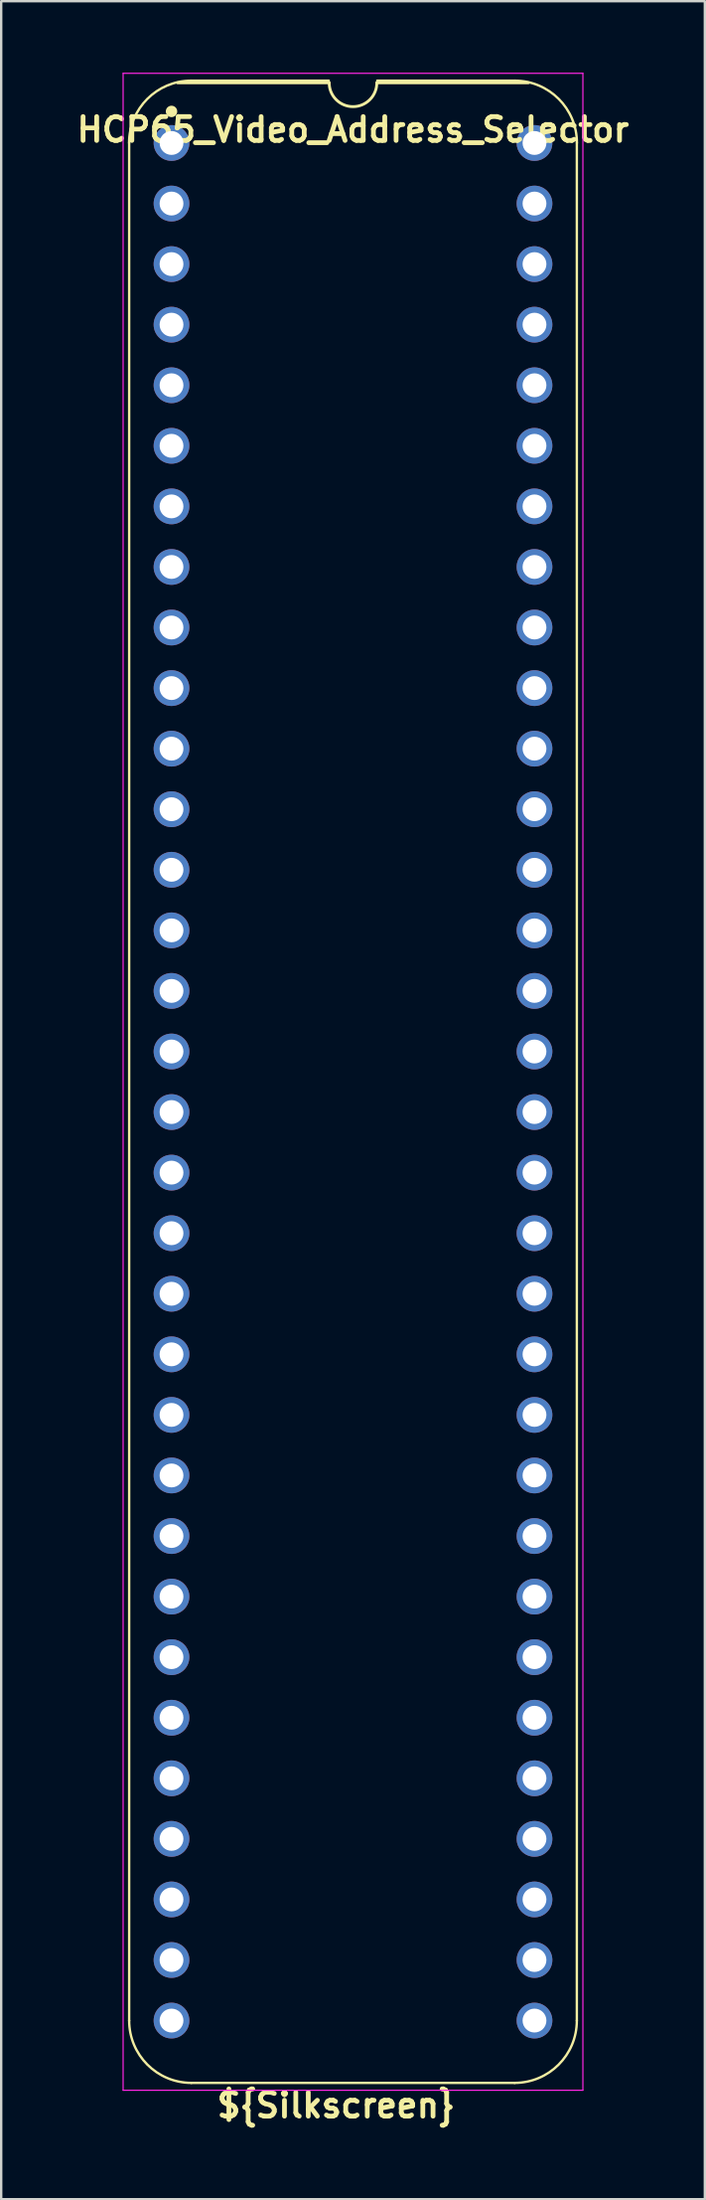
<source format=kicad_pcb>
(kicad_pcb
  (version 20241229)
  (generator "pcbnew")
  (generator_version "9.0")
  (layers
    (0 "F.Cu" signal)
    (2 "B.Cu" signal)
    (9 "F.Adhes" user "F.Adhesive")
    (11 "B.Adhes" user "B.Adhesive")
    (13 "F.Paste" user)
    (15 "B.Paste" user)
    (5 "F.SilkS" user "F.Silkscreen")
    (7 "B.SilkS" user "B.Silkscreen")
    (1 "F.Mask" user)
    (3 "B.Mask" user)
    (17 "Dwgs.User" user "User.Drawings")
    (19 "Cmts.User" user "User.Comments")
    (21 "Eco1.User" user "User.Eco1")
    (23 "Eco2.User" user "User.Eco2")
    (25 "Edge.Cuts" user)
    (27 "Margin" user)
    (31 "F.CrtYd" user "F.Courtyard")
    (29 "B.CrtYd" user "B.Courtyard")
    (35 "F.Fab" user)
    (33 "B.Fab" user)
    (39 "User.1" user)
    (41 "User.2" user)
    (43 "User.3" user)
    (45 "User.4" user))
  (footprint "HCP65_Video_Address_Selector"
    (layer "F.Cu")
    (at 4.151 2.946)
    (property "Reference" "HCP65_Video_Address_Selector" (at 7.62 -0.559 0) (layer "F.SilkS") (effects (font (size 1 1) (thickness 0.2))))
    (property "Silkscreen" "${Silkscreen}" (at 6.909 82.296 0) (layer "F.SilkS") (effects (font (size 1 1) (thickness 0.2))))
    (attr through_hole)
    (fp_line (start -1.778 78.74) (end -1.778 0) (stroke (width 0.1) (type solid)) (layer "F.SilkS"))
    (fp_line (start 0.832 -2.614) (end 6.604 -2.614) (stroke (width 0.1) (type solid)) (layer "F.SilkS"))
    (fp_line (start 6.62 -2.524) (end 0.254 -2.524) (stroke (width 0.12) (type solid)) (layer "F.SilkS"))
    (fp_line (start 8.636 -2.614) (end 14.408 -2.614) (stroke (width 0.1) (type solid)) (layer "F.SilkS"))
    (fp_line (start 14.404 81.354) (end 0.836 81.354) (stroke (width 0.1) (type solid)) (layer "F.SilkS"))
    (fp_line (start 14.986 -2.524) (end 8.62 -2.524) (stroke (width 0.12) (type solid)) (layer "F.SilkS"))
    (fp_line (start 17.018 78.74) (end 17.018 0) (stroke (width 0.1) (type solid)) (layer "F.SilkS"))
    (fp_arc (start -1.781544 0) (mid -1.016 -1.848188) (end 0.832188 -2.613732) (stroke (width 0.1) (type solid)) (layer "F.SilkS"))
    (fp_arc (start 0.835733 81.353733) (mid -1.012456 80.588189) (end -1.778 78.74) (stroke (width 0.1) (type solid)) (layer "F.SilkS"))
    (fp_arc (start 8.62 -2.524) (mid 7.62 -1.524) (end 6.62 -2.524) (stroke (width 0.12) (type solid)) (layer "F.SilkS"))
    (fp_arc (start 14.407812 -2.613732) (mid 16.256 -1.848188) (end 17.021544 0) (stroke (width 0.1) (type solid)) (layer "F.SilkS"))
    (fp_arc (start 17.018001 78.740001) (mid 16.252456 80.588188) (end 14.404269 81.353733) (stroke (width 0.1) (type solid)) (layer "F.SilkS"))
    (fp_circle (center 0 -1.323) (end 0.18 -1.323) (stroke (width 0.12) (type solid)) (fill yes) (layer "F.SilkS"))
    (fp_line (start -2.032 -2.921) (end -2.032 81.661) (stroke (width 0.05) (type solid)) (layer "F.CrtYd"))
    (fp_line (start -2.032 -2.921) (end 17.272 -2.921) (stroke (width 0.05) (type solid)) (layer "F.CrtYd"))
    (fp_line (start -2.032 81.661) (end 17.272 81.661) (stroke (width 0.05) (type solid)) (layer "F.CrtYd"))
    (fp_line (start 17.272 -2.921) (end 17.272 81.661) (stroke (width 0.05) (type solid)) (layer "F.CrtYd"))
    (pad "1" thru_hole circle (at 0 0) (size 1.5 1.5) (drill 1) (layers "*.Cu" "*.Mask"))
    (pad "2" thru_hole circle (at 0 2.54) (size 1.5 1.5) (drill 1) (layers "*.Cu" "*.Mask"))
    (pad "3" thru_hole circle (at 0 5.08) (size 1.5 1.5) (drill 1) (layers "*.Cu" "*.Mask"))
    (pad "4" thru_hole circle (at 0 7.62) (size 1.5 1.5) (drill 1) (layers "*.Cu" "*.Mask"))
    (pad "5" thru_hole circle (at 0 10.16) (size 1.5 1.5) (drill 1) (layers "*.Cu" "*.Mask"))
    (pad "6" thru_hole circle (at 0 12.7) (size 1.5 1.5) (drill 1) (layers "*.Cu" "*.Mask"))
    (pad "7" thru_hole circle (at 0 15.24) (size 1.5 1.5) (drill 1) (layers "*.Cu" "*.Mask"))
    (pad "8" thru_hole circle (at 0 17.78) (size 1.5 1.5) (drill 1) (layers "*.Cu" "*.Mask"))
    (pad "9" thru_hole circle (at 0 20.32) (size 1.5 1.5) (drill 1) (layers "*.Cu" "*.Mask"))
    (pad "10" thru_hole circle (at 0 22.86) (size 1.5 1.5) (drill 1) (layers "*.Cu" "*.Mask"))
    (pad "11" thru_hole circle (at 0 25.4) (size 1.5 1.5) (drill 1) (layers "*.Cu" "*.Mask"))
    (pad "12" thru_hole circle (at 0 27.94) (size 1.5 1.5) (drill 1) (layers "*.Cu" "*.Mask"))
    (pad "13" thru_hole circle (at 0 30.48) (size 1.5 1.5) (drill 1) (layers "*.Cu" "*.Mask"))
    (pad "14" thru_hole circle (at 0 33.02) (size 1.5 1.5) (drill 1) (layers "*.Cu" "*.Mask"))
    (pad "15" thru_hole circle (at 0 35.56) (size 1.5 1.5) (drill 1) (layers "*.Cu" "*.Mask"))
    (pad "16" thru_hole circle (at 0 38.1) (size 1.5 1.5) (drill 1) (layers "*.Cu" "*.Mask"))
    (pad "17" thru_hole circle (at 0 40.64) (size 1.5 1.5) (drill 1) (layers "*.Cu" "*.Mask"))
    (pad "18" thru_hole circle (at 0 43.18) (size 1.5 1.5) (drill 1) (layers "*.Cu" "*.Mask"))
    (pad "19" thru_hole circle (at 0 45.72) (size 1.5 1.5) (drill 1) (layers "*.Cu" "*.Mask"))
    (pad "20" thru_hole circle (at 0 48.26) (size 1.5 1.5) (drill 1) (layers "*.Cu" "*.Mask"))
    (pad "21" thru_hole circle (at 0 50.8) (size 1.5 1.5) (drill 1) (layers "*.Cu" "*.Mask"))
    (pad "22" thru_hole circle (at 0 53.34) (size 1.5 1.5) (drill 1) (layers "*.Cu" "*.Mask"))
    (pad "23" thru_hole circle (at 0 55.88) (size 1.5 1.5) (drill 1) (layers "*.Cu" "*.Mask"))
    (pad "24" thru_hole circle (at 0 58.42) (size 1.5 1.5) (drill 1) (layers "*.Cu" "*.Mask"))
    (pad "25" thru_hole circle (at 0 60.96) (size 1.5 1.5) (drill 1) (layers "*.Cu" "*.Mask"))
    (pad "26" thru_hole circle (at 0 63.5) (size 1.5 1.5) (drill 1) (layers "*.Cu" "*.Mask"))
    (pad "27" thru_hole circle (at 0 66.04) (size 1.5 1.5) (drill 1) (layers "*.Cu" "*.Mask"))
    (pad "28" thru_hole circle (at 0 68.58) (size 1.5 1.5) (drill 1) (layers "*.Cu" "*.Mask"))
    (pad "29" thru_hole circle (at 0 71.12) (size 1.5 1.5) (drill 1) (layers "*.Cu" "*.Mask"))
    (pad "30" thru_hole circle (at 0 73.66) (size 1.5 1.5) (drill 1) (layers "*.Cu" "*.Mask"))
    (pad "31" thru_hole circle (at 0 76.2) (size 1.5 1.5) (drill 1) (layers "*.Cu" "*.Mask"))
    (pad "32" thru_hole circle (at 0 78.74) (size 1.5 1.5) (drill 1) (layers "*.Cu" "*.Mask"))
    (pad "33" thru_hole circle (at 15.24 78.74) (size 1.5 1.5) (drill 1) (layers "*.Cu" "*.Mask"))
    (pad "34" thru_hole circle (at 15.24 76.2) (size 1.5 1.5) (drill 1) (layers "*.Cu" "*.Mask"))
    (pad "35" thru_hole circle (at 15.24 73.66) (size 1.5 1.5) (drill 1) (layers "*.Cu" "*.Mask"))
    (pad "36" thru_hole circle (at 15.24 71.12) (size 1.5 1.5) (drill 1) (layers "*.Cu" "*.Mask"))
    (pad "37" thru_hole circle (at 15.24 68.58) (size 1.5 1.5) (drill 1) (layers "*.Cu" "*.Mask"))
    (pad "38" thru_hole circle (at 15.24 66.04) (size 1.5 1.5) (drill 1) (layers "*.Cu" "*.Mask"))
    (pad "39" thru_hole circle (at 15.24 63.5) (size 1.5 1.5) (drill 1) (layers "*.Cu" "*.Mask"))
    (pad "40" thru_hole circle (at 15.24 60.96) (size 1.5 1.5) (drill 1) (layers "*.Cu" "*.Mask"))
    (pad "41" thru_hole circle (at 15.24 58.42) (size 1.5 1.5) (drill 1) (layers "*.Cu" "*.Mask"))
    (pad "42" thru_hole circle (at 15.24 55.88) (size 1.5 1.5) (drill 1) (layers "*.Cu" "*.Mask"))
    (pad "43" thru_hole circle (at 15.24 53.34) (size 1.5 1.5) (drill 1) (layers "*.Cu" "*.Mask"))
    (pad "44" thru_hole circle (at 15.24 50.8) (size 1.5 1.5) (drill 1) (layers "*.Cu" "*.Mask"))
    (pad "45" thru_hole circle (at 15.24 48.26) (size 1.5 1.5) (drill 1) (layers "*.Cu" "*.Mask"))
    (pad "46" thru_hole circle (at 15.24 45.72) (size 1.5 1.5) (drill 1) (layers "*.Cu" "*.Mask"))
    (pad "47" thru_hole circle (at 15.24 43.18) (size 1.5 1.5) (drill 1) (layers "*.Cu" "*.Mask"))
    (pad "48" thru_hole circle (at 15.24 40.64) (size 1.5 1.5) (drill 1) (layers "*.Cu" "*.Mask"))
    (pad "49" thru_hole circle (at 15.24 38.1) (size 1.5 1.5) (drill 1) (layers "*.Cu" "*.Mask"))
    (pad "50" thru_hole circle (at 15.24 35.56) (size 1.5 1.5) (drill 1) (layers "*.Cu" "*.Mask"))
    (pad "51" thru_hole circle (at 15.24 33.02) (size 1.5 1.5) (drill 1) (layers "*.Cu" "*.Mask"))
    (pad "52" thru_hole circle (at 15.24 30.48) (size 1.5 1.5) (drill 1) (layers "*.Cu" "*.Mask"))
    (pad "53" thru_hole circle (at 15.24 27.94) (size 1.5 1.5) (drill 1) (layers "*.Cu" "*.Mask"))
    (pad "54" thru_hole circle (at 15.24 25.4) (size 1.5 1.5) (drill 1) (layers "*.Cu" "*.Mask"))
    (pad "55" thru_hole circle (at 15.24 22.86) (size 1.5 1.5) (drill 1) (layers "*.Cu" "*.Mask"))
    (pad "56" thru_hole circle (at 15.24 20.32) (size 1.5 1.5) (drill 1) (layers "*.Cu" "*.Mask"))
    (pad "57" thru_hole circle (at 15.24 17.78) (size 1.5 1.5) (drill 1) (layers "*.Cu" "*.Mask"))
    (pad "58" thru_hole circle (at 15.24 15.24) (size 1.5 1.5) (drill 1) (layers "*.Cu" "*.Mask"))
    (pad "59" thru_hole circle (at 15.24 12.7) (size 1.5 1.5) (drill 1) (layers "*.Cu" "*.Mask"))
    (pad "60" thru_hole circle (at 15.24 10.16) (size 1.5 1.5) (drill 1) (layers "*.Cu" "*.Mask"))
    (pad "61" thru_hole circle (at 15.24 7.62) (size 1.5 1.5) (drill 1) (layers "*.Cu" "*.Mask"))
    (pad "62" thru_hole circle (at 15.24 5.08) (size 1.5 1.5) (drill 1) (layers "*.Cu" "*.Mask"))
    (pad "63" thru_hole circle (at 15.24 2.54) (size 1.5 1.5) (drill 1) (layers "*.Cu" "*.Mask"))
    (pad "64" thru_hole circle (at 15.24 0) (size 1.5 1.5) (drill 1) (layers "*.Cu" "*.Mask")))
  (gr_rect
    (start -3 -3)
    (end 26.543 89.178)
    (stroke (width 0.1) (type default))
    (fill no)
    (layer "Edge.Cuts")))
</source>
